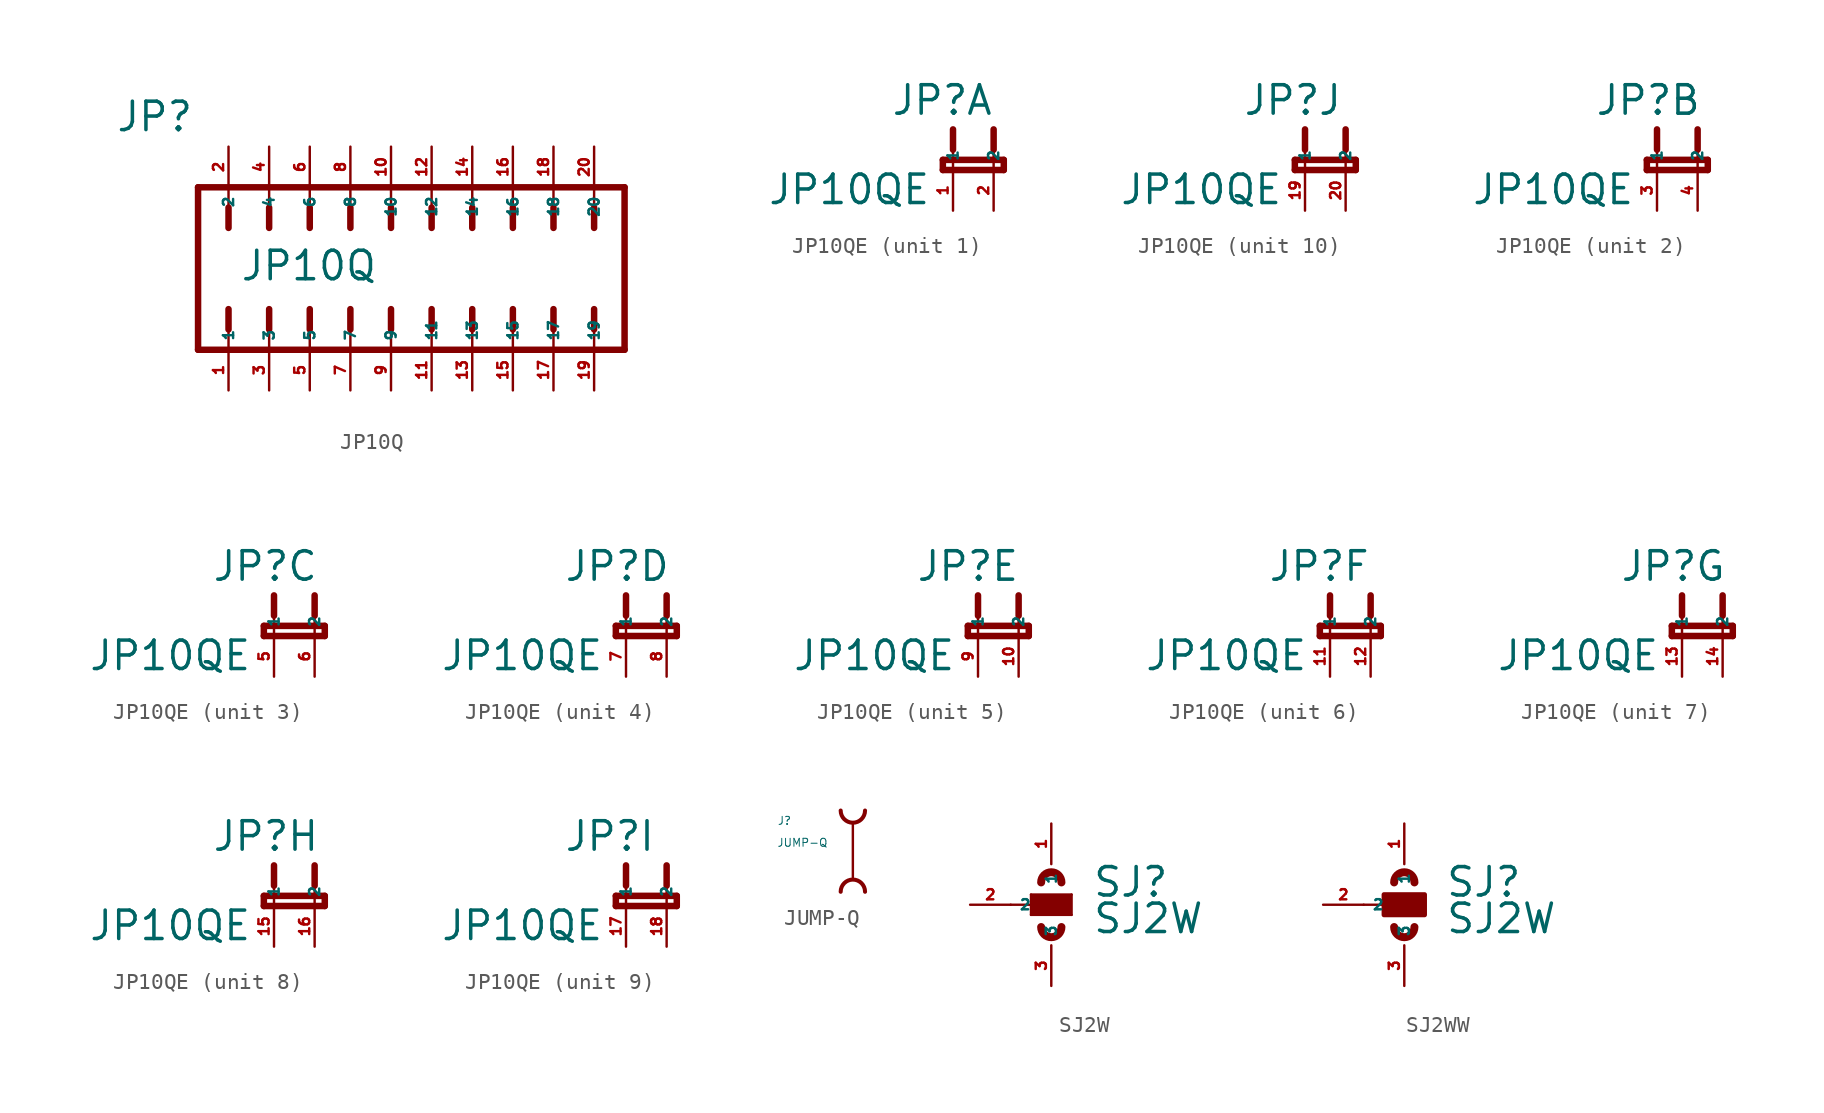
<source format=kicad_sym>
(kicad_symbol_lib
  (version 20220914)
  (generator kicad_symbol_editor)
  (symbol "JP10Q"
    (property "Reference" "JP"
      (at -17.247 8.458 0)
      (effects (font (size 1.778 1.778) (thickness 0.22)) (justify left bottom)))
    (property "Value" "JP10Q"
      (at -9.474 -0.864 0)
      (effects (font (size 1.778 1.778) (thickness 0.22)) (justify left bottom)))
    (symbol "JP10Q_1_1"
      (polyline (pts (xy -12.065 -5.08) (xy 14.605 -5.08)) (stroke (width 0.406) (type default)) (fill (type none)))
      (polyline (pts (xy -12.065 5.08) (xy -12.065 -5.08)) (stroke (width 0.406) (type default)) (fill (type none)))
      (polyline (pts (xy -10.16 -3.81) (xy -10.16 -5.08)) (stroke (width 0.152) (type default)) (fill (type none)))
      (polyline (pts (xy -10.16 -2.54) (xy -10.16 -3.81)) (stroke (width 0.406) (type default)) (fill (type none)))
      (polyline (pts (xy -10.16 2.54) (xy -10.16 3.81)) (stroke (width 0.406) (type default)) (fill (type none)))
      (polyline (pts (xy -10.16 3.81) (xy -10.16 5.08)) (stroke (width 0.152) (type default)) (fill (type none)))
      (polyline (pts (xy -7.62 -3.81) (xy -7.62 -5.08)) (stroke (width 0.152) (type default)) (fill (type none)))
      (polyline (pts (xy -7.62 -2.54) (xy -7.62 -3.81)) (stroke (width 0.406) (type default)) (fill (type none)))
      (polyline (pts (xy -7.62 2.54) (xy -7.62 3.81)) (stroke (width 0.406) (type default)) (fill (type none)))
      (polyline (pts (xy -7.62 3.81) (xy -7.62 5.08)) (stroke (width 0.152) (type default)) (fill (type none)))
      (polyline (pts (xy -5.08 -3.81) (xy -5.08 -5.08)) (stroke (width 0.152) (type default)) (fill (type none)))
      (polyline (pts (xy -5.08 -2.54) (xy -5.08 -3.81)) (stroke (width 0.406) (type default)) (fill (type none)))
      (polyline (pts (xy -5.08 2.54) (xy -5.08 3.81)) (stroke (width 0.406) (type default)) (fill (type none)))
      (polyline (pts (xy -5.08 3.81) (xy -5.08 5.08)) (stroke (width 0.152) (type default)) (fill (type none)))
      (polyline (pts (xy -2.54 -3.81) (xy -2.54 -5.08)) (stroke (width 0.152) (type default)) (fill (type none)))
      (polyline (pts (xy -2.54 -2.54) (xy -2.54 -3.81)) (stroke (width 0.406) (type default)) (fill (type none)))
      (polyline (pts (xy -2.54 2.54) (xy -2.54 3.81)) (stroke (width 0.406) (type default)) (fill (type none)))
      (polyline (pts (xy -2.54 3.81) (xy -2.54 5.08)) (stroke (width 0.152) (type default)) (fill (type none)))
      (polyline (pts (xy 0 -3.81) (xy 0 -5.08)) (stroke (width 0.152) (type default)) (fill (type none)))
      (polyline (pts (xy 0 -2.54) (xy 0 -3.81)) (stroke (width 0.406) (type default)) (fill (type none)))
      (polyline (pts (xy 0 2.54) (xy 0 3.81)) (stroke (width 0.406) (type default)) (fill (type none)))
      (polyline (pts (xy 0 3.81) (xy 0 5.08)) (stroke (width 0.152) (type default)) (fill (type none)))
      (polyline (pts (xy 2.54 -3.81) (xy 2.54 -5.08)) (stroke (width 0.152) (type default)) (fill (type none)))
      (polyline (pts (xy 2.54 -2.54) (xy 2.54 -3.81)) (stroke (width 0.406) (type default)) (fill (type none)))
      (polyline (pts (xy 2.54 2.54) (xy 2.54 3.81)) (stroke (width 0.406) (type default)) (fill (type none)))
      (polyline (pts (xy 2.54 3.81) (xy 2.54 5.08)) (stroke (width 0.152) (type default)) (fill (type none)))
      (polyline (pts (xy 5.08 -3.81) (xy 5.08 -5.08)) (stroke (width 0.152) (type default)) (fill (type none)))
      (polyline (pts (xy 5.08 -2.54) (xy 5.08 -3.81)) (stroke (width 0.406) (type default)) (fill (type none)))
      (polyline (pts (xy 5.08 2.54) (xy 5.08 3.81)) (stroke (width 0.406) (type default)) (fill (type none)))
      (polyline (pts (xy 5.08 3.81) (xy 5.08 5.08)) (stroke (width 0.152) (type default)) (fill (type none)))
      (polyline (pts (xy 7.62 -3.81) (xy 7.62 -5.08)) (stroke (width 0.152) (type default)) (fill (type none)))
      (polyline (pts (xy 7.62 -2.54) (xy 7.62 -3.81)) (stroke (width 0.406) (type default)) (fill (type none)))
      (polyline (pts (xy 7.62 2.54) (xy 7.62 3.81)) (stroke (width 0.406) (type default)) (fill (type none)))
      (polyline (pts (xy 7.62 3.81) (xy 7.62 5.08)) (stroke (width 0.152) (type default)) (fill (type none)))
      (polyline (pts (xy 10.16 -3.81) (xy 10.16 -5.08)) (stroke (width 0.152) (type default)) (fill (type none)))
      (polyline (pts (xy 10.16 -2.54) (xy 10.16 -3.81)) (stroke (width 0.406) (type default)) (fill (type none)))
      (polyline (pts (xy 10.16 2.54) (xy 10.16 3.81)) (stroke (width 0.406) (type default)) (fill (type none)))
      (polyline (pts (xy 10.16 3.81) (xy 10.16 5.08)) (stroke (width 0.152) (type default)) (fill (type none)))
      (polyline (pts (xy 12.7 -3.81) (xy 12.7 -5.08)) (stroke (width 0.152) (type default)) (fill (type none)))
      (polyline (pts (xy 12.7 -2.54) (xy 12.7 -3.81)) (stroke (width 0.406) (type default)) (fill (type none)))
      (polyline (pts (xy 12.7 2.54) (xy 12.7 3.81)) (stroke (width 0.406) (type default)) (fill (type none)))
      (polyline (pts (xy 12.7 3.81) (xy 12.7 5.08)) (stroke (width 0.152) (type default)) (fill (type none)))
      (polyline (pts (xy 14.605 -5.08) (xy 14.605 5.08)) (stroke (width 0.406) (type default)) (fill (type none)))
      (polyline (pts (xy 14.605 5.08) (xy -12.065 5.08)) (stroke (width 0.406) (type default)) (fill (type none)))
      (pin passive line (at -10.16 -7.62 90) (length 2.54) (name "1" (effects (font (size 0.635 0.635)))) (number "1" (effects (font (size 0.635 0.635)))))
      (pin passive line (at 0 7.62 270) (length 2.54) (name "10" (effects (font (size 0.635 0.635)))) (number "10" (effects (font (size 0.635 0.635)))))
      (pin passive line (at 2.54 -7.62 90) (length 2.54) (name "11" (effects (font (size 0.635 0.635)))) (number "11" (effects (font (size 0.635 0.635)))))
      (pin passive line (at 2.54 7.62 270) (length 2.54) (name "12" (effects (font (size 0.635 0.635)))) (number "12" (effects (font (size 0.635 0.635)))))
      (pin passive line (at 5.08 -7.62 90) (length 2.54) (name "13" (effects (font (size 0.635 0.635)))) (number "13" (effects (font (size 0.635 0.635)))))
      (pin passive line (at 5.08 7.62 270) (length 2.54) (name "14" (effects (font (size 0.635 0.635)))) (number "14" (effects (font (size 0.635 0.635)))))
      (pin passive line (at 7.62 -7.62 90) (length 2.54) (name "15" (effects (font (size 0.635 0.635)))) (number "15" (effects (font (size 0.635 0.635)))))
      (pin passive line (at 7.62 7.62 270) (length 2.54) (name "16" (effects (font (size 0.635 0.635)))) (number "16" (effects (font (size 0.635 0.635)))))
      (pin passive line (at 10.16 -7.62 90) (length 2.54) (name "17" (effects (font (size 0.635 0.635)))) (number "17" (effects (font (size 0.635 0.635)))))
      (pin passive line (at 10.16 7.62 270) (length 2.54) (name "18" (effects (font (size 0.635 0.635)))) (number "18" (effects (font (size 0.635 0.635)))))
      (pin passive line (at 12.7 -7.62 90) (length 2.54) (name "19" (effects (font (size 0.635 0.635)))) (number "19" (effects (font (size 0.635 0.635)))))
      (pin passive line (at -10.16 7.62 270) (length 2.54) (name "2" (effects (font (size 0.635 0.635)))) (number "2" (effects (font (size 0.635 0.635)))))
      (pin passive line (at 12.7 7.62 270) (length 2.54) (name "20" (effects (font (size 0.635 0.635)))) (number "20" (effects (font (size 0.635 0.635)))))
      (pin passive line (at -7.62 -7.62 90) (length 2.54) (name "3" (effects (font (size 0.635 0.635)))) (number "3" (effects (font (size 0.635 0.635)))))
      (pin passive line (at -7.62 7.62 270) (length 2.54) (name "4" (effects (font (size 0.635 0.635)))) (number "4" (effects (font (size 0.635 0.635)))))
      (pin passive line (at -5.08 -7.62 90) (length 2.54) (name "5" (effects (font (size 0.635 0.635)))) (number "5" (effects (font (size 0.635 0.635)))))
      (pin passive line (at -5.08 7.62 270) (length 2.54) (name "6" (effects (font (size 0.635 0.635)))) (number "6" (effects (font (size 0.635 0.635)))))
      (pin passive line (at -2.54 -7.62 90) (length 2.54) (name "7" (effects (font (size 0.635 0.635)))) (number "7" (effects (font (size 0.635 0.635)))))
      (pin passive line (at -2.54 7.62 270) (length 2.54) (name "8" (effects (font (size 0.635 0.635)))) (number "8" (effects (font (size 0.635 0.635)))))
      (pin passive line (at 0 -7.62 90) (length 2.54) (name "9" (effects (font (size 0.635 0.635)))) (number "9" (effects (font (size 0.635 0.635)))))))
  (symbol "JP10QE"
    (property "Reference" "JP"
      (at -3.912 3.327 0)
      (effects (font (size 1.778 1.778) (thickness 0.22)) (justify left bottom)))
    (property "Value" "JP10QE"
      (at -11.633 -2.261 0)
      (effects (font (size 1.778 1.778) (thickness 0.22)) (justify left bottom)))
    (symbol "JP10QE_1_0"
      (polyline (pts (xy -0.635 0) (xy 3.175 0)) (stroke (width 0.406) (type default)) (fill (type none)))
      (polyline (pts (xy -0.635 0.635) (xy -0.635 0)) (stroke (width 0.406) (type default)) (fill (type none)))
      (polyline (pts (xy 0 0) (xy 0 1.27)) (stroke (width 0.152) (type default)) (fill (type none)))
      (polyline (pts (xy 0 2.54) (xy 0 1.27)) (stroke (width 0.406) (type default)) (fill (type none)))
      (polyline (pts (xy 2.54 0) (xy 2.54 1.27)) (stroke (width 0.152) (type default)) (fill (type none)))
      (polyline (pts (xy 2.54 2.54) (xy 2.54 1.27)) (stroke (width 0.406) (type default)) (fill (type none)))
      (polyline (pts (xy 3.175 0) (xy 3.175 0.635)) (stroke (width 0.406) (type default)) (fill (type none)))
      (polyline (pts (xy 3.175 0.635) (xy -0.635 0.635)) (stroke (width 0.406) (type default)) (fill (type none)))
      (pin passive line (at 0 -2.54 90) (length 2.54) (name "1" (effects (font (size 0.635 0.635)))) (number "1" (effects (font (size 0.635 0.635)))))
      (pin passive line (at 2.54 -2.54 90) (length 2.54) (name "2" (effects (font (size 0.635 0.635)))) (number "2" (effects (font (size 0.635 0.635))))))
    (symbol "JP10QE_2_0"
      (polyline (pts (xy -0.635 0) (xy 3.175 0)) (stroke (width 0.406) (type default)) (fill (type none)))
      (polyline (pts (xy -0.635 0.635) (xy -0.635 0)) (stroke (width 0.406) (type default)) (fill (type none)))
      (polyline (pts (xy 0 0) (xy 0 1.27)) (stroke (width 0.152) (type default)) (fill (type none)))
      (polyline (pts (xy 0 2.54) (xy 0 1.27)) (stroke (width 0.406) (type default)) (fill (type none)))
      (polyline (pts (xy 2.54 0) (xy 2.54 1.27)) (stroke (width 0.152) (type default)) (fill (type none)))
      (polyline (pts (xy 2.54 2.54) (xy 2.54 1.27)) (stroke (width 0.406) (type default)) (fill (type none)))
      (polyline (pts (xy 3.175 0) (xy 3.175 0.635)) (stroke (width 0.406) (type default)) (fill (type none)))
      (polyline (pts (xy 3.175 0.635) (xy -0.635 0.635)) (stroke (width 0.406) (type default)) (fill (type none)))
      (pin passive line (at 0 -2.54 90) (length 2.54) (name "1" (effects (font (size 0.635 0.635)))) (number "3" (effects (font (size 0.635 0.635)))))
      (pin passive line (at 2.54 -2.54 90) (length 2.54) (name "2" (effects (font (size 0.635 0.635)))) (number "4" (effects (font (size 0.635 0.635))))))
    (symbol "JP10QE_3_0"
      (polyline (pts (xy -0.635 0) (xy 3.175 0)) (stroke (width 0.406) (type default)) (fill (type none)))
      (polyline (pts (xy -0.635 0.635) (xy -0.635 0)) (stroke (width 0.406) (type default)) (fill (type none)))
      (polyline (pts (xy 0 0) (xy 0 1.27)) (stroke (width 0.152) (type default)) (fill (type none)))
      (polyline (pts (xy 0 2.54) (xy 0 1.27)) (stroke (width 0.406) (type default)) (fill (type none)))
      (polyline (pts (xy 2.54 0) (xy 2.54 1.27)) (stroke (width 0.152) (type default)) (fill (type none)))
      (polyline (pts (xy 2.54 2.54) (xy 2.54 1.27)) (stroke (width 0.406) (type default)) (fill (type none)))
      (polyline (pts (xy 3.175 0) (xy 3.175 0.635)) (stroke (width 0.406) (type default)) (fill (type none)))
      (polyline (pts (xy 3.175 0.635) (xy -0.635 0.635)) (stroke (width 0.406) (type default)) (fill (type none)))
      (pin passive line (at 0 -2.54 90) (length 2.54) (name "1" (effects (font (size 0.635 0.635)))) (number "5" (effects (font (size 0.635 0.635)))))
      (pin passive line (at 2.54 -2.54 90) (length 2.54) (name "2" (effects (font (size 0.635 0.635)))) (number "6" (effects (font (size 0.635 0.635))))))
    (symbol "JP10QE_4_0"
      (polyline (pts (xy -0.635 0) (xy 3.175 0)) (stroke (width 0.406) (type default)) (fill (type none)))
      (polyline (pts (xy -0.635 0.635) (xy -0.635 0)) (stroke (width 0.406) (type default)) (fill (type none)))
      (polyline (pts (xy 0 0) (xy 0 1.27)) (stroke (width 0.152) (type default)) (fill (type none)))
      (polyline (pts (xy 0 2.54) (xy 0 1.27)) (stroke (width 0.406) (type default)) (fill (type none)))
      (polyline (pts (xy 2.54 0) (xy 2.54 1.27)) (stroke (width 0.152) (type default)) (fill (type none)))
      (polyline (pts (xy 2.54 2.54) (xy 2.54 1.27)) (stroke (width 0.406) (type default)) (fill (type none)))
      (polyline (pts (xy 3.175 0) (xy 3.175 0.635)) (stroke (width 0.406) (type default)) (fill (type none)))
      (polyline (pts (xy 3.175 0.635) (xy -0.635 0.635)) (stroke (width 0.406) (type default)) (fill (type none)))
      (pin passive line (at 0 -2.54 90) (length 2.54) (name "1" (effects (font (size 0.635 0.635)))) (number "7" (effects (font (size 0.635 0.635)))))
      (pin passive line (at 2.54 -2.54 90) (length 2.54) (name "2" (effects (font (size 0.635 0.635)))) (number "8" (effects (font (size 0.635 0.635))))))
    (symbol "JP10QE_5_0"
      (polyline (pts (xy -0.635 0) (xy 3.175 0)) (stroke (width 0.406) (type default)) (fill (type none)))
      (polyline (pts (xy -0.635 0.635) (xy -0.635 0)) (stroke (width 0.406) (type default)) (fill (type none)))
      (polyline (pts (xy 0 0) (xy 0 1.27)) (stroke (width 0.152) (type default)) (fill (type none)))
      (polyline (pts (xy 0 2.54) (xy 0 1.27)) (stroke (width 0.406) (type default)) (fill (type none)))
      (polyline (pts (xy 2.54 0) (xy 2.54 1.27)) (stroke (width 0.152) (type default)) (fill (type none)))
      (polyline (pts (xy 2.54 2.54) (xy 2.54 1.27)) (stroke (width 0.406) (type default)) (fill (type none)))
      (polyline (pts (xy 3.175 0) (xy 3.175 0.635)) (stroke (width 0.406) (type default)) (fill (type none)))
      (polyline (pts (xy 3.175 0.635) (xy -0.635 0.635)) (stroke (width 0.406) (type default)) (fill (type none)))
      (pin passive line (at 2.54 -2.54 90) (length 2.54) (name "2" (effects (font (size 0.635 0.635)))) (number "10" (effects (font (size 0.635 0.635)))))
      (pin passive line (at 0 -2.54 90) (length 2.54) (name "1" (effects (font (size 0.635 0.635)))) (number "9" (effects (font (size 0.635 0.635))))))
    (symbol "JP10QE_6_0"
      (polyline (pts (xy -0.635 0) (xy 3.175 0)) (stroke (width 0.406) (type default)) (fill (type none)))
      (polyline (pts (xy -0.635 0.635) (xy -0.635 0)) (stroke (width 0.406) (type default)) (fill (type none)))
      (polyline (pts (xy 0 0) (xy 0 1.27)) (stroke (width 0.152) (type default)) (fill (type none)))
      (polyline (pts (xy 0 2.54) (xy 0 1.27)) (stroke (width 0.406) (type default)) (fill (type none)))
      (polyline (pts (xy 2.54 0) (xy 2.54 1.27)) (stroke (width 0.152) (type default)) (fill (type none)))
      (polyline (pts (xy 2.54 2.54) (xy 2.54 1.27)) (stroke (width 0.406) (type default)) (fill (type none)))
      (polyline (pts (xy 3.175 0) (xy 3.175 0.635)) (stroke (width 0.406) (type default)) (fill (type none)))
      (polyline (pts (xy 3.175 0.635) (xy -0.635 0.635)) (stroke (width 0.406) (type default)) (fill (type none)))
      (pin passive line (at 0 -2.54 90) (length 2.54) (name "1" (effects (font (size 0.635 0.635)))) (number "11" (effects (font (size 0.635 0.635)))))
      (pin passive line (at 2.54 -2.54 90) (length 2.54) (name "2" (effects (font (size 0.635 0.635)))) (number "12" (effects (font (size 0.635 0.635))))))
    (symbol "JP10QE_7_0"
      (polyline (pts (xy -0.635 0) (xy 3.175 0)) (stroke (width 0.406) (type default)) (fill (type none)))
      (polyline (pts (xy -0.635 0.635) (xy -0.635 0)) (stroke (width 0.406) (type default)) (fill (type none)))
      (polyline (pts (xy 0 0) (xy 0 1.27)) (stroke (width 0.152) (type default)) (fill (type none)))
      (polyline (pts (xy 0 2.54) (xy 0 1.27)) (stroke (width 0.406) (type default)) (fill (type none)))
      (polyline (pts (xy 2.54 0) (xy 2.54 1.27)) (stroke (width 0.152) (type default)) (fill (type none)))
      (polyline (pts (xy 2.54 2.54) (xy 2.54 1.27)) (stroke (width 0.406) (type default)) (fill (type none)))
      (polyline (pts (xy 3.175 0) (xy 3.175 0.635)) (stroke (width 0.406) (type default)) (fill (type none)))
      (polyline (pts (xy 3.175 0.635) (xy -0.635 0.635)) (stroke (width 0.406) (type default)) (fill (type none)))
      (pin passive line (at 0 -2.54 90) (length 2.54) (name "1" (effects (font (size 0.635 0.635)))) (number "13" (effects (font (size 0.635 0.635)))))
      (pin passive line (at 2.54 -2.54 90) (length 2.54) (name "2" (effects (font (size 0.635 0.635)))) (number "14" (effects (font (size 0.635 0.635))))))
    (symbol "JP10QE_8_0"
      (polyline (pts (xy -0.635 0) (xy 3.175 0)) (stroke (width 0.406) (type default)) (fill (type none)))
      (polyline (pts (xy -0.635 0.635) (xy -0.635 0)) (stroke (width 0.406) (type default)) (fill (type none)))
      (polyline (pts (xy 0 0) (xy 0 1.27)) (stroke (width 0.152) (type default)) (fill (type none)))
      (polyline (pts (xy 0 2.54) (xy 0 1.27)) (stroke (width 0.406) (type default)) (fill (type none)))
      (polyline (pts (xy 2.54 0) (xy 2.54 1.27)) (stroke (width 0.152) (type default)) (fill (type none)))
      (polyline (pts (xy 2.54 2.54) (xy 2.54 1.27)) (stroke (width 0.406) (type default)) (fill (type none)))
      (polyline (pts (xy 3.175 0) (xy 3.175 0.635)) (stroke (width 0.406) (type default)) (fill (type none)))
      (polyline (pts (xy 3.175 0.635) (xy -0.635 0.635)) (stroke (width 0.406) (type default)) (fill (type none)))
      (pin passive line (at 0 -2.54 90) (length 2.54) (name "1" (effects (font (size 0.635 0.635)))) (number "15" (effects (font (size 0.635 0.635)))))
      (pin passive line (at 2.54 -2.54 90) (length 2.54) (name "2" (effects (font (size 0.635 0.635)))) (number "16" (effects (font (size 0.635 0.635))))))
    (symbol "JP10QE_9_0"
      (polyline (pts (xy -0.635 0) (xy 3.175 0)) (stroke (width 0.406) (type default)) (fill (type none)))
      (polyline (pts (xy -0.635 0.635) (xy -0.635 0)) (stroke (width 0.406) (type default)) (fill (type none)))
      (polyline (pts (xy 0 0) (xy 0 1.27)) (stroke (width 0.152) (type default)) (fill (type none)))
      (polyline (pts (xy 0 2.54) (xy 0 1.27)) (stroke (width 0.406) (type default)) (fill (type none)))
      (polyline (pts (xy 2.54 0) (xy 2.54 1.27)) (stroke (width 0.152) (type default)) (fill (type none)))
      (polyline (pts (xy 2.54 2.54) (xy 2.54 1.27)) (stroke (width 0.406) (type default)) (fill (type none)))
      (polyline (pts (xy 3.175 0) (xy 3.175 0.635)) (stroke (width 0.406) (type default)) (fill (type none)))
      (polyline (pts (xy 3.175 0.635) (xy -0.635 0.635)) (stroke (width 0.406) (type default)) (fill (type none)))
      (pin passive line (at 0 -2.54 90) (length 2.54) (name "1" (effects (font (size 0.635 0.635)))) (number "17" (effects (font (size 0.635 0.635)))))
      (pin passive line (at 2.54 -2.54 90) (length 2.54) (name "2" (effects (font (size 0.635 0.635)))) (number "18" (effects (font (size 0.635 0.635))))))
    (symbol "JP10QE_10_0"
      (polyline (pts (xy -0.635 0) (xy 3.175 0)) (stroke (width 0.406) (type default)) (fill (type none)))
      (polyline (pts (xy -0.635 0.635) (xy -0.635 0)) (stroke (width 0.406) (type default)) (fill (type none)))
      (polyline (pts (xy 0 0) (xy 0 1.27)) (stroke (width 0.152) (type default)) (fill (type none)))
      (polyline (pts (xy 0 2.54) (xy 0 1.27)) (stroke (width 0.406) (type default)) (fill (type none)))
      (polyline (pts (xy 2.54 0) (xy 2.54 1.27)) (stroke (width 0.152) (type default)) (fill (type none)))
      (polyline (pts (xy 2.54 2.54) (xy 2.54 1.27)) (stroke (width 0.406) (type default)) (fill (type none)))
      (polyline (pts (xy 3.175 0) (xy 3.175 0.635)) (stroke (width 0.406) (type default)) (fill (type none)))
      (polyline (pts (xy 3.175 0.635) (xy -0.635 0.635)) (stroke (width 0.406) (type default)) (fill (type none)))
      (pin passive line (at 0 -2.54 90) (length 2.54) (name "1" (effects (font (size 0.635 0.635)))) (number "19" (effects (font (size 0.635 0.635)))))
      (pin passive line (at 2.54 -2.54 90) (length 2.54) (name "2" (effects (font (size 0.635 0.635)))) (number "20" (effects (font (size 0.635 0.635)))))))
  (symbol "JUMP-Q"
    (property "Reference" "J"
      (at -4.724 -0.635 0)
      (effects (font (size 0.5 0.5) (thickness 0.06)) (justify left)))
    (property "Value" "JUMP-Q"
      (at -4.75 -2.007 0)
      (effects (font (size 0.5 0.5) (thickness 0.06)) (justify left)))
    (symbol "JUMP-Q_1_1"
      (arc (start -0.762 0) (mid 0 -0.7587) (end 0.762 0) (stroke (width 0.254) (type default)) (fill (type none)))
      (polyline (pts (xy 0 -4.318) (xy 0 -0.762)) (stroke (width 0.152) (type default)) (fill (type none)))
      (arc (start 0.762 -5.08) (mid 0 -4.3213) (end -0.762 -5.08) (stroke (width 0.254) (type default)) (fill (type none)))))
  (symbol "SJ2W"
    (property "Reference" "SJ"
      (at 2.54 0.381 0)
      (effects (font (size 1.778 1.778) (thickness 0.22)) (justify left bottom)))
    (property "Value" "SJ2W"
      (at 2.54 -1.905 0)
      (effects (font (size 1.778 1.778) (thickness 0.22)) (justify left bottom)))
    (symbol "SJ2W_1_1"
      (rectangle (start -1.27 0.635) (end 1.27 -0.635) (stroke (width -0.0001) (type default)) (fill (type outline)))
      (arc (start -0.635 -1.397) (mid 0 -2.0293) (end 0.635 -1.397) (stroke (width 0.5) (type default)) (fill (type none)))
      (polyline (pts (xy -2.54 0) (xy -1.27 0)) (stroke (width 0.152) (type default)) (fill (type none)))
      (polyline (pts (xy -1.27 -0.635) (xy -1.27 0)) (stroke (width 0.152) (type default)) (fill (type none)))
      (polyline (pts (xy -1.27 0) (xy -1.27 0.635)) (stroke (width 0.152) (type default)) (fill (type none)))
      (polyline (pts (xy -1.27 0.635) (xy 1.27 0.635)) (stroke (width 0.152) (type default)) (fill (type none)))
      (polyline (pts (xy 1.27 -0.635) (xy -1.27 -0.635)) (stroke (width 0.152) (type default)) (fill (type none)))
      (polyline (pts (xy 1.27 0.635) (xy 1.27 -0.635)) (stroke (width 0.152) (type default)) (fill (type none)))
      (arc (start 0.635 1.397) (mid 0 2.0293) (end -0.635 1.397) (stroke (width 0.5) (type default)) (fill (type none)))
      (pin passive line (at 0 5.08 270) (length 2.54) (name "1" (effects (font (size 0.635 0.635)))) (number "1" (effects (font (size 0.635 0.635)))))
      (pin passive line (at -5.08 0 0) (length 2.54) (name "2" (effects (font (size 0.635 0.635)))) (number "2" (effects (font (size 0.635 0.635)))))
      (pin passive line (at 0 -5.08 90) (length 2.54) (name "3" (effects (font (size 0.635 0.635)))) (number "3" (effects (font (size 0.635 0.635)))))))
  (symbol "SJ2WW"
    (property "Reference" "SJ"
      (at 2.54 0.381 0)
      (effects (font (size 1.778 1.778) (thickness 0.22)) (justify left bottom)))
    (property "Value" "SJ2W"
      (at 2.54 -1.905 0)
      (effects (font (size 1.778 1.778) (thickness 0.22)) (justify left bottom)))
    (symbol "SJ2WW_1_1"
      (rectangle (start -1.27 -0.635) (end 1.27 0.635) (stroke (width 0.3) (type default)) (fill (type outline)))
      (arc (start -0.635 -1.397) (mid 0 -2.0293) (end 0.635 -1.397) (stroke (width 0.5) (type default)) (fill (type none)))
      (polyline (pts (xy -2.54 0) (xy -1.27 0)) (stroke (width 0.152) (type default)) (fill (type none)))
      (polyline (pts (xy -1.27 -0.635) (xy -1.27 0)) (stroke (width 0.152) (type default)) (fill (type none)))
      (polyline (pts (xy -1.27 0) (xy -1.27 0.635)) (stroke (width 0.152) (type default)) (fill (type none)))
      (polyline (pts (xy -1.27 0.635) (xy 1.27 0.635)) (stroke (width -0.0001) (type default)) (fill (type none)))
      (polyline (pts (xy 1.27 -0.635) (xy -1.27 -0.635)) (stroke (width 0.152) (type default)) (fill (type none)))
      (polyline (pts (xy 1.27 0.635) (xy 1.27 -0.635)) (stroke (width 0.152) (type default)) (fill (type none)))
      (arc (start 0.635 1.397) (mid 0 2.0293) (end -0.635 1.397) (stroke (width 0.5) (type default)) (fill (type none)))
      (pin passive line (at 0 5.08 270) (length 2.54) (name "1" (effects (font (size 0.635 0.635)))) (number "1" (effects (font (size 0.635 0.635)))))
      (pin passive line (at -5.08 0 0) (length 2.54) (name "2" (effects (font (size 0.635 0.635)))) (number "2" (effects (font (size 0.635 0.635)))))
      (pin passive line (at 0 -5.08 90) (length 2.54) (name "3" (effects (font (size 0.635 0.635)))) (number "3" (effects (font (size 0.635 0.635))))))))
</source>
